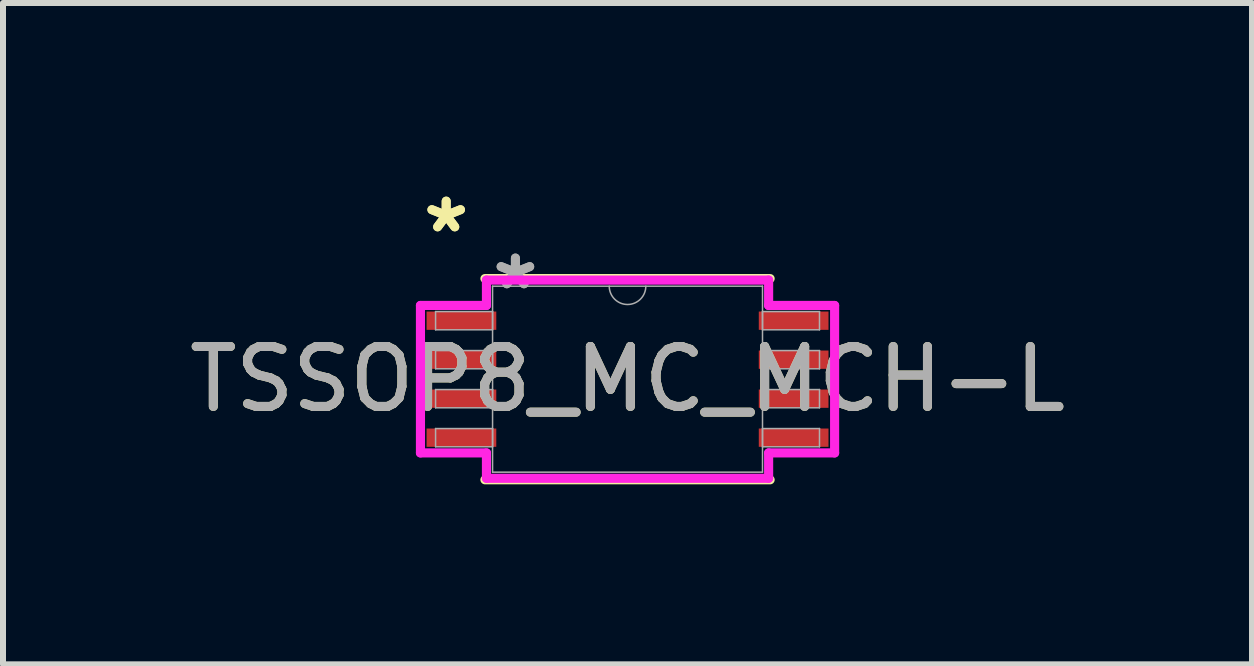
<source format=kicad_pcb>
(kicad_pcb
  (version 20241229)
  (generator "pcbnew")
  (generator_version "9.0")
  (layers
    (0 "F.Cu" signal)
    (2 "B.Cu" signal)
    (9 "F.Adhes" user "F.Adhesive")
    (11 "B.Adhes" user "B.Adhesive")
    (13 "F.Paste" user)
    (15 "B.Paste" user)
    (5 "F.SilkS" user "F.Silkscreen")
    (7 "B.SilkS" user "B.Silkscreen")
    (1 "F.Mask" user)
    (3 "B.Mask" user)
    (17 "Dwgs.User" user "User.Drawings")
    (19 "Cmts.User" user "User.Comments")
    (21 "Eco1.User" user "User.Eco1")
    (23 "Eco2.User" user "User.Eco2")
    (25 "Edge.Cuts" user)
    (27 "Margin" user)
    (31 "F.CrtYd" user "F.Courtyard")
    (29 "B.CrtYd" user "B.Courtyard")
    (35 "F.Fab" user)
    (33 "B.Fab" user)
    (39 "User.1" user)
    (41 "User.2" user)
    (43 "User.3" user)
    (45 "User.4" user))
  (footprint "TSSOP8_MC_MCH-L"
    (layer "F.Cu")
    (at 7.411 3.271)
    (property "Reference" "TSSOP8_MC_MCH-L" (at 0 0 0) (unlocked yes) (layer "F.SilkS") (effects (font (size 1 1) (thickness 0.15))))
    (attr smd)
    (fp_line (start -2.377 1.677) (end 2.377 1.677) (stroke (width 0.152) (type solid)) (layer "F.SilkS"))
    (fp_line (start 2.377 -1.677) (end -2.377 -1.677) (stroke (width 0.152) (type solid)) (layer "F.SilkS"))
    (fp_line (start -3.452 -1.229) (end -2.352 -1.229) (stroke (width 0.152) (type solid)) (layer "F.CrtYd"))
    (fp_line (start -3.452 1.229) (end -3.452 -1.229) (stroke (width 0.152) (type solid)) (layer "F.CrtYd"))
    (fp_line (start -3.452 1.229) (end -2.352 1.229) (stroke (width 0.152) (type solid)) (layer "F.CrtYd"))
    (fp_line (start -2.352 -1.652) (end 2.352 -1.652) (stroke (width 0.152) (type solid)) (layer "F.CrtYd"))
    (fp_line (start -2.352 -1.229) (end -2.352 -1.652) (stroke (width 0.152) (type solid)) (layer "F.CrtYd"))
    (fp_line (start -2.352 1.652) (end -2.352 1.229) (stroke (width 0.152) (type solid)) (layer "F.CrtYd"))
    (fp_line (start 2.352 -1.652) (end 2.352 -1.229) (stroke (width 0.152) (type solid)) (layer "F.CrtYd"))
    (fp_line (start 2.352 1.229) (end 2.352 1.652) (stroke (width 0.152) (type solid)) (layer "F.CrtYd"))
    (fp_line (start 2.352 1.652) (end -2.352 1.652) (stroke (width 0.152) (type solid)) (layer "F.CrtYd"))
    (fp_line (start 3.452 -1.229) (end 2.352 -1.229) (stroke (width 0.152) (type solid)) (layer "F.CrtYd"))
    (fp_line (start 3.452 -1.229) (end 3.452 1.229) (stroke (width 0.152) (type solid)) (layer "F.CrtYd"))
    (fp_line (start 3.452 1.229) (end 2.352 1.229) (stroke (width 0.152) (type solid)) (layer "F.CrtYd"))
    (fp_line (start -3.2 -1.127) (end -3.2 -0.823) (stroke (width 0.025) (type solid)) (layer "F.Fab"))
    (fp_line (start -3.2 -0.823) (end -2.25 -0.823) (stroke (width 0.025) (type solid)) (layer "F.Fab"))
    (fp_line (start -3.2 -0.477) (end -3.2 -0.173) (stroke (width 0.025) (type solid)) (layer "F.Fab"))
    (fp_line (start -3.2 -0.173) (end -2.25 -0.173) (stroke (width 0.025) (type solid)) (layer "F.Fab"))
    (fp_line (start -3.2 0.173) (end -3.2 0.477) (stroke (width 0.025) (type solid)) (layer "F.Fab"))
    (fp_line (start -3.2 0.477) (end -2.25 0.477) (stroke (width 0.025) (type solid)) (layer "F.Fab"))
    (fp_line (start -3.2 0.823) (end -3.2 1.127) (stroke (width 0.025) (type solid)) (layer "F.Fab"))
    (fp_line (start -3.2 1.127) (end -2.25 1.127) (stroke (width 0.025) (type solid)) (layer "F.Fab"))
    (fp_line (start -2.25 -1.55) (end -2.25 1.55) (stroke (width 0.025) (type solid)) (layer "F.Fab"))
    (fp_line (start -2.25 -1.127) (end -3.2 -1.127) (stroke (width 0.025) (type solid)) (layer "F.Fab"))
    (fp_line (start -2.25 -0.823) (end -2.25 -1.127) (stroke (width 0.025) (type solid)) (layer "F.Fab"))
    (fp_line (start -2.25 -0.477) (end -3.2 -0.477) (stroke (width 0.025) (type solid)) (layer "F.Fab"))
    (fp_line (start -2.25 -0.173) (end -2.25 -0.477) (stroke (width 0.025) (type solid)) (layer "F.Fab"))
    (fp_line (start -2.25 0.173) (end -3.2 0.173) (stroke (width 0.025) (type solid)) (layer "F.Fab"))
    (fp_line (start -2.25 0.477) (end -2.25 0.173) (stroke (width 0.025) (type solid)) (layer "F.Fab"))
    (fp_line (start -2.25 0.823) (end -3.2 0.823) (stroke (width 0.025) (type solid)) (layer "F.Fab"))
    (fp_line (start -2.25 1.127) (end -2.25 0.823) (stroke (width 0.025) (type solid)) (layer "F.Fab"))
    (fp_line (start -2.25 1.55) (end 2.25 1.55) (stroke (width 0.025) (type solid)) (layer "F.Fab"))
    (fp_line (start 2.25 -1.55) (end -2.25 -1.55) (stroke (width 0.025) (type solid)) (layer "F.Fab"))
    (fp_line (start 2.25 -1.127) (end 2.25 -0.823) (stroke (width 0.025) (type solid)) (layer "F.Fab"))
    (fp_line (start 2.25 -0.823) (end 3.2 -0.823) (stroke (width 0.025) (type solid)) (layer "F.Fab"))
    (fp_line (start 2.25 -0.477) (end 2.25 -0.173) (stroke (width 0.025) (type solid)) (layer "F.Fab"))
    (fp_line (start 2.25 -0.173) (end 3.2 -0.173) (stroke (width 0.025) (type solid)) (layer "F.Fab"))
    (fp_line (start 2.25 0.173) (end 2.25 0.477) (stroke (width 0.025) (type solid)) (layer "F.Fab"))
    (fp_line (start 2.25 0.477) (end 3.2 0.477) (stroke (width 0.025) (type solid)) (layer "F.Fab"))
    (fp_line (start 2.25 0.823) (end 2.25 1.127) (stroke (width 0.025) (type solid)) (layer "F.Fab"))
    (fp_line (start 2.25 1.127) (end 3.2 1.127) (stroke (width 0.025) (type solid)) (layer "F.Fab"))
    (fp_line (start 2.25 1.55) (end 2.25 -1.55) (stroke (width 0.025) (type solid)) (layer "F.Fab"))
    (fp_line (start 3.2 -1.127) (end 2.25 -1.127) (stroke (width 0.025) (type solid)) (layer "F.Fab"))
    (fp_line (start 3.2 -0.823) (end 3.2 -1.127) (stroke (width 0.025) (type solid)) (layer "F.Fab"))
    (fp_line (start 3.2 -0.477) (end 2.25 -0.477) (stroke (width 0.025) (type solid)) (layer "F.Fab"))
    (fp_line (start 3.2 -0.173) (end 3.2 -0.477) (stroke (width 0.025) (type solid)) (layer "F.Fab"))
    (fp_line (start 3.2 0.173) (end 2.25 0.173) (stroke (width 0.025) (type solid)) (layer "F.Fab"))
    (fp_line (start 3.2 0.477) (end 3.2 0.173) (stroke (width 0.025) (type solid)) (layer "F.Fab"))
    (fp_line (start 3.2 0.823) (end 2.25 0.823) (stroke (width 0.025) (type solid)) (layer "F.Fab"))
    (fp_line (start 3.2 1.127) (end 3.2 0.823) (stroke (width 0.025) (type solid)) (layer "F.Fab"))
    (fp_arc (start 0.3048 -1.549999) (mid 0 -1.245199) (end -0.3048 -1.549999) (stroke (width 0.0254) (type solid)) (layer "F.Fab"))
    (fp_text user "*" (at -3.023 -2.423 0) (layer "F.SilkS") (effects (font (size 1 1) (thickness 0.15))))
    (fp_text user "*" (at -3.023 -2.423 0) (unlocked yes) (layer "F.SilkS") (effects (font (size 1 1) (thickness 0.15))))
    (fp_text user "*" (at -1.869 -1.474 0) (unlocked yes) (layer "F.Fab") (effects (font (size 1 1) (thickness 0.15))))
    (fp_text user "*" (at -1.869 -1.474 0) (layer "F.Fab") (effects (font (size 1 1) (thickness 0.15))))
    (fp_text user "${REFERENCE}" (at 0 0 0) (unlocked yes) (layer "F.Fab") (effects (font (size 1 1) (thickness 0.15))))
    (pad "1" smd rect (at -2.769 -0.975) (size 1.162 0.305) (layers "F.Cu" "F.Mask" "F.Paste"))
    (pad "2" smd rect (at -2.769 -0.325) (size 1.162 0.305) (layers "F.Cu" "F.Mask" "F.Paste"))
    (pad "3" smd rect (at -2.769 0.325) (size 1.162 0.305) (layers "F.Cu" "F.Mask" "F.Paste"))
    (pad "4" smd rect (at -2.769 0.975) (size 1.162 0.305) (layers "F.Cu" "F.Mask" "F.Paste"))
    (pad "5" smd rect (at 2.769 0.975) (size 1.162 0.305) (layers "F.Cu" "F.Mask" "F.Paste"))
    (pad "6" smd rect (at 2.769 0.325) (size 1.162 0.305) (layers "F.Cu" "F.Mask" "F.Paste"))
    (pad "7" smd rect (at 2.769 -0.325) (size 1.162 0.305) (layers "F.Cu" "F.Mask" "F.Paste"))
    (pad "8" smd rect (at 2.769 -0.975) (size 1.162 0.305) (layers "F.Cu" "F.Mask" "F.Paste")))
  (gr_rect
    (start -3 -3)
    (end 17.821 8.024)
    (stroke (width 0.1) (type default))
    (fill no)
    (layer "Edge.Cuts")))
</source>
